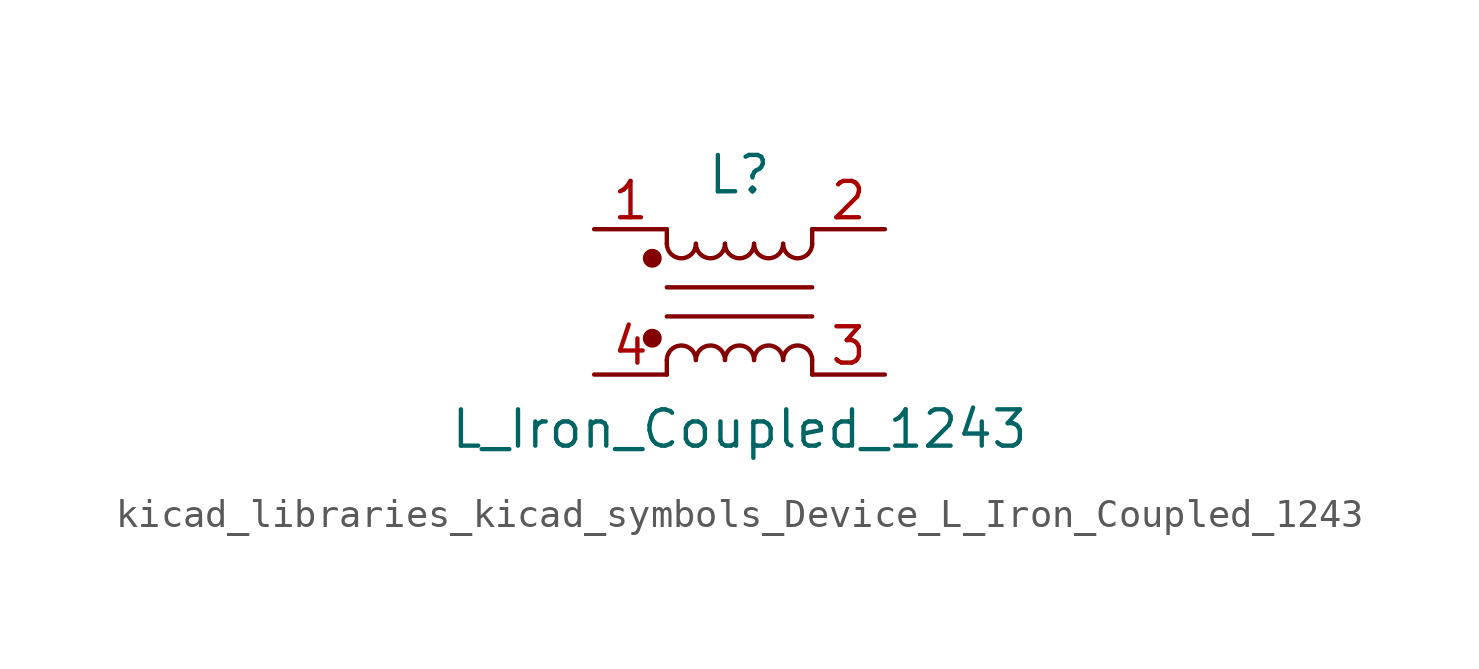
<source format=kicad_sym>
(kicad_symbol_lib
  (version 20220914)
  (generator kicad_symbol_editor)
  (symbol "kicad_libraries_kicad_symbols_Device_L_Iron_Coupled_1243"
    (pin_names
      (offset 0.254) hide)
    (property "Reference" "L"
      (at 0 4.445 0)
      (effects (font (size 1.27 1.27))))
    (property "Value" "L_Iron_Coupled_1243"
      (at 0 -4.445 0)
      (effects (font (size 1.27 1.27))))
    (symbol "kicad_libraries_kicad_symbols_Device_L_Iron_Coupled_1243_0_1"
      (circle (center -3.048 -1.27) (radius 0.254) (stroke (width 0) (type default)) (fill (type outline)))
      (circle (center -3.048 1.524) (radius 0.254) (stroke (width 0) (type default)) (fill (type outline)))
      (arc (start -2.54 2.032) (mid -2.032 1.5262) (end -1.524 2.032) (stroke (width 0) (type default)) (fill (type none)))
      (arc (start -1.524 -2.032) (mid -2.032 -1.5262) (end -2.54 -2.032) (stroke (width 0) (type default)) (fill (type none)))
      (arc (start -1.524 2.032) (mid -1.016 1.5262) (end -0.508 2.032) (stroke (width 0) (type default)) (fill (type none)))
      (arc (start -0.508 -2.032) (mid -1.016 -1.5262) (end -1.524 -2.032) (stroke (width 0) (type default)) (fill (type none)))
      (arc (start -0.508 2.032) (mid 0 1.5262) (end 0.508 2.032) (stroke (width 0) (type default)) (fill (type none)))
      (polyline (pts (xy -2.54 -2.032) (xy -2.54 -2.54)) (stroke (width 0) (type default)) (fill (type none)))
      (polyline (pts (xy -2.54 0.508) (xy 2.54 0.508)) (stroke (width 0) (type default)) (fill (type none)))
      (polyline (pts (xy -2.54 2.032) (xy -2.54 2.54)) (stroke (width 0) (type default)) (fill (type none)))
      (polyline (pts (xy 2.54 -2.032) (xy 2.54 -2.54)) (stroke (width 0) (type default)) (fill (type none)))
      (polyline (pts (xy 2.54 -0.508) (xy -2.54 -0.508)) (stroke (width 0) (type default)) (fill (type none)))
      (polyline (pts (xy 2.54 2.54) (xy 2.54 2.032)) (stroke (width 0) (type default)) (fill (type none)))
      (arc (start 0.508 -2.032) (mid 0 -1.5262) (end -0.508 -2.032) (stroke (width 0) (type default)) (fill (type none)))
      (arc (start 0.508 2.032) (mid 1.016 1.5262) (end 1.524 2.032) (stroke (width 0) (type default)) (fill (type none)))
      (arc (start 1.524 -2.032) (mid 1.016 -1.5262) (end 0.508 -2.032) (stroke (width 0) (type default)) (fill (type none)))
      (arc (start 1.524 2.032) (mid 2.032 1.5262) (end 2.54 2.032) (stroke (width 0) (type default)) (fill (type none)))
      (arc (start 2.54 -2.032) (mid 2.032 -1.5262) (end 1.524 -2.032) (stroke (width 0) (type default)) (fill (type none))))
    (symbol "kicad_libraries_kicad_symbols_Device_L_Iron_Coupled_1243_1_1"
      (pin passive line (at -5.08 2.54 0) (length 2.54) (name "1" (effects (font (size 1.27 1.27)))) (number "1" (effects (font (size 1.27 1.27)))))
      (pin passive line (at 5.08 2.54 180) (length 2.54) (name "2" (effects (font (size 1.27 1.27)))) (number "2" (effects (font (size 1.27 1.27)))))
      (pin passive line (at 5.08 -2.54 180) (length 2.54) (name "3" (effects (font (size 1.27 1.27)))) (number "3" (effects (font (size 1.27 1.27)))))
      (pin passive line (at -5.08 -2.54 0) (length 2.54) (name "4" (effects (font (size 1.27 1.27)))) (number "4" (effects (font (size 1.27 1.27))))))))
</source>
